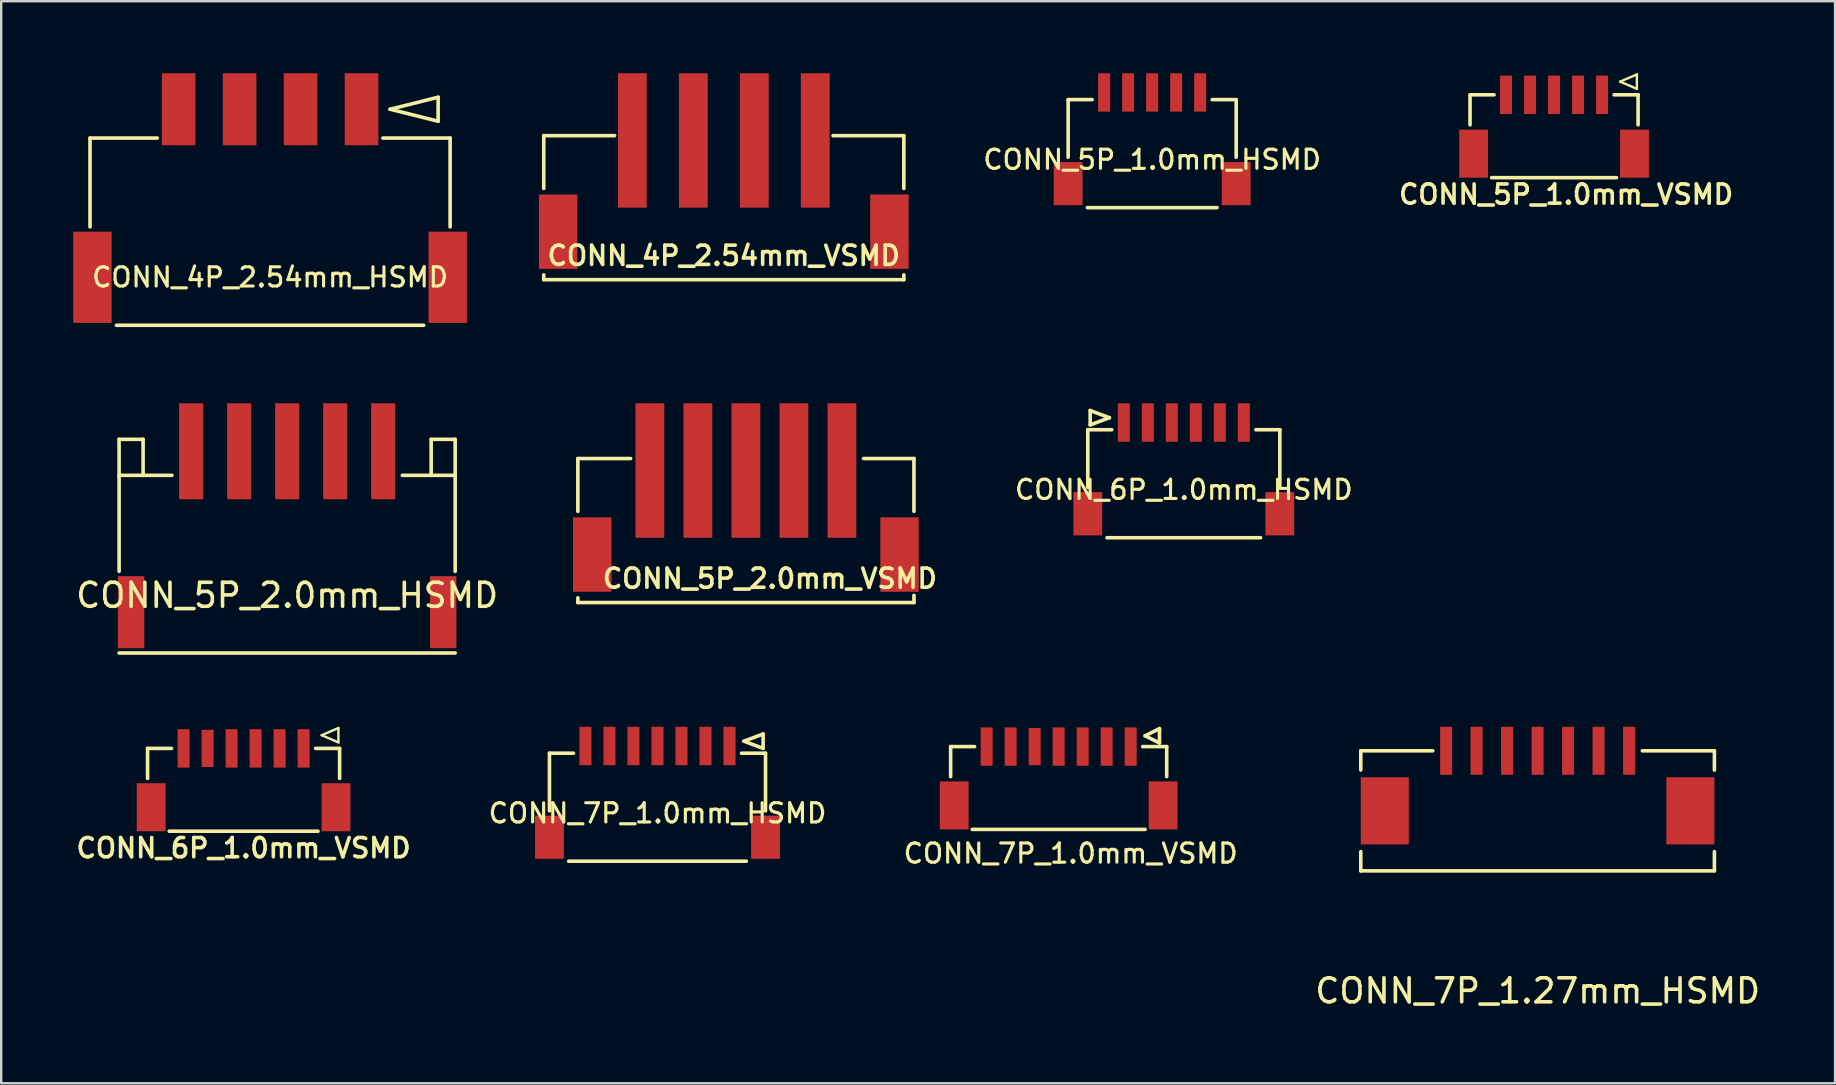
<source format=kicad_pcb>
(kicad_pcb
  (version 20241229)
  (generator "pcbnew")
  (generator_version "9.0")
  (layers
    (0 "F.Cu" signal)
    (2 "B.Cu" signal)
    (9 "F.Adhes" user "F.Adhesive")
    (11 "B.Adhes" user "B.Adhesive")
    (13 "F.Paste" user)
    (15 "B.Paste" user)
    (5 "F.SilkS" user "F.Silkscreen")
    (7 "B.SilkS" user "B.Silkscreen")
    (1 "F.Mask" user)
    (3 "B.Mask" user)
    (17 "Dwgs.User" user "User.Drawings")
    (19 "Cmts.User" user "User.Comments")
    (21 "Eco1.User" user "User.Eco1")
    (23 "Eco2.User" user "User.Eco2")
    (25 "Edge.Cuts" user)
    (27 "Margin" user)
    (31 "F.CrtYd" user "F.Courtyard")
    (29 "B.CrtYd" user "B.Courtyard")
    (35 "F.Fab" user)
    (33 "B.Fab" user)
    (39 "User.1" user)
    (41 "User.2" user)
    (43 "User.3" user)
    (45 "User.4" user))
  (footprint "CONN_5P_2.0mm_VSMD"
    (layer "F.Cu")
    (at 28.021 22.05)
    (property "Reference" "CONN_5P_2.0mm_VSMD" (at 1 -1 0) (layer "F.SilkS") (effects (font (size 0.8 0.8) (thickness 0.15))))
    (attr through_hole)
    (fp_line (start -7 -6) (end -4.8 -6) (stroke (width 0.15) (type solid)) (layer "F.SilkS"))
    (fp_line (start -7 -3.8) (end -7 -6) (stroke (width 0.15) (type solid)) (layer "F.SilkS"))
    (fp_line (start -7 0) (end -7 -0.2) (stroke (width 0.15) (type solid)) (layer "F.SilkS"))
    (fp_line (start 7 -6) (end 4.9 -6) (stroke (width 0.15) (type solid)) (layer "F.SilkS"))
    (fp_line (start 7 -6) (end 7 -3.8) (stroke (width 0.15) (type solid)) (layer "F.SilkS"))
    (fp_line (start 7 0) (end -7 0) (stroke (width 0.15) (type solid)) (layer "F.SilkS"))
    (fp_line (start 7 0) (end 7 -0.3) (stroke (width 0.15) (type solid)) (layer "F.SilkS"))
    (pad "1" smd rect (at 4 -5.5) (size 1.2 5.6) (layers "F.Cu" "F.Mask" "F.Paste"))
    (pad "2" smd rect (at 2 -5.5) (size 1.2 5.6) (layers "F.Cu" "F.Mask" "F.Paste"))
    (pad "3" smd rect (at 0 -5.5) (size 1.2 5.6) (layers "F.Cu" "F.Mask" "F.Paste"))
    (pad "4" smd rect (at -2 -5.5) (size 1.2 5.6) (layers "F.Cu" "F.Mask" "F.Paste"))
    (pad "5" smd rect (at -4 -5.5) (size 1.2 5.6) (layers "F.Cu" "F.Mask" "F.Paste"))
    (pad "6" smd rect (at -6.4 -2) (size 1.6 3.1) (layers "F.Cu" "F.Mask" "F.Paste"))
    (pad "6" smd rect (at 6.4 -2) (size 1.6 3.1) (layers "F.Cu" "F.Mask" "F.Paste")))
  (footprint "CONN_4P_2.54mm_HSMD"
    (layer "F.Cu")
    (at 8.2 10.5)
    (property "Reference" "CONN_4P_2.54mm_HSMD" (at 0 -2 0) (layer "F.SilkS") (effects (font (size 0.8 0.8) (thickness 0.13))))
    (attr through_hole)
    (fp_line (start -7.5 -7.8) (end -4.7 -7.8) (stroke (width 0.15) (type solid)) (layer "F.SilkS"))
    (fp_line (start -7.5 -4.1) (end -7.5 -7.8) (stroke (width 0.15) (type solid)) (layer "F.SilkS"))
    (fp_line (start -6.4 0) (end 6.4 0) (stroke (width 0.15) (type solid)) (layer "F.SilkS"))
    (fp_line (start 4.7 -7.8) (end 7.5 -7.8) (stroke (width 0.15) (type solid)) (layer "F.SilkS"))
    (fp_line (start 5 -9) (end 7 -8.5) (stroke (width 0.15) (type solid)) (layer "F.SilkS"))
    (fp_line (start 7 -9.5) (end 5 -9) (stroke (width 0.15) (type solid)) (layer "F.SilkS"))
    (fp_line (start 7 -8.5) (end 7 -9.5) (stroke (width 0.15) (type solid)) (layer "F.SilkS"))
    (fp_line (start 7.5 -7.8) (end 7.5 -4.1) (stroke (width 0.15) (type solid)) (layer "F.SilkS"))
    (pad "1" smd rect (at 3.81 -9) (size 1.4 3) (layers "F.Cu" "F.Mask" "F.Paste"))
    (pad "2" smd rect (at 1.27 -9) (size 1.4 3) (layers "F.Cu" "F.Mask" "F.Paste"))
    (pad "3" smd rect (at -1.27 -9) (size 1.4 3) (layers "F.Cu" "F.Mask" "F.Paste"))
    (pad "4" smd rect (at -3.81 -9) (size 1.4 3) (layers "F.Cu" "F.Mask" "F.Paste"))
    (pad "5" smd rect (at -7.4 -2) (size 1.6 3.8) (layers "F.Cu" "F.Mask" "F.Paste"))
    (pad "5" smd rect (at 7.4 -2) (size 1.6 3.8) (layers "F.Cu" "F.Mask" "F.Paste")))
  (footprint "CONN_7P_1.27mm_HSMD"
    (layer "F.Cu")
    (at 61.004 33.225)
    (property "Reference" "CONN_7P_1.27mm_HSMD" (at 0 5 0) (layer "F.SilkS") (effects (font (size 1 1) (thickness 0.15))))
    (attr through_hole)
    (fp_line (start -7.37 -5) (end -4.37 -5) (stroke (width 0.15) (type solid)) (layer "F.SilkS"))
    (fp_line (start -7.37 -4.2) (end -7.37 -5) (stroke (width 0.15) (type solid)) (layer "F.SilkS"))
    (fp_line (start -7.37 0) (end -7.37 -0.8) (stroke (width 0.15) (type solid)) (layer "F.SilkS"))
    (fp_line (start 7.36 -5) (end 4.36 -5) (stroke (width 0.15) (type solid)) (layer "F.SilkS"))
    (fp_line (start 7.36 -5) (end 7.36 -4.2) (stroke (width 0.15) (type solid)) (layer "F.SilkS"))
    (fp_line (start 7.36 0) (end -7.37 0) (stroke (width 0.15) (type solid)) (layer "F.SilkS"))
    (fp_line (start 7.36 0) (end 7.36 -0.8) (stroke (width 0.15) (type solid)) (layer "F.SilkS"))
    (pad "1" smd rect (at 3.805 -5) (size 0.5 2) (layers "F.Cu" "F.Mask" "F.Paste"))
    (pad "2" smd rect (at 2.535 -5) (size 0.5 2) (layers "F.Cu" "F.Mask" "F.Paste"))
    (pad "3" smd rect (at 1.265 -5) (size 0.5 2) (layers "F.Cu" "F.Mask" "F.Paste"))
    (pad "4" smd rect (at -0.005 -5) (size 0.5 2) (layers "F.Cu" "F.Mask" "F.Paste"))
    (pad "5" smd rect (at -1.275 -5) (size 0.5 2) (layers "F.Cu" "F.Mask" "F.Paste"))
    (pad "6" smd rect (at -2.545 -5) (size 0.5 2) (layers "F.Cu" "F.Mask" "F.Paste"))
    (pad "7" smd rect (at -3.815 -5) (size 0.5 2) (layers "F.Cu" "F.Mask" "F.Paste"))
    (pad "8" smd rect (at -6.37 -2.5) (size 2 2.8) (layers "F.Cu" "F.Mask" "F.Paste"))
    (pad "8" smd rect (at 6.36 -2.5) (size 2 2.8) (layers "F.Cu" "F.Mask" "F.Paste")))
  (footprint "CONN_7P_1.0mm_VSMD"
    (layer "F.Cu")
    (at 41.549 31.5)
    (property "Reference" "CONN_7P_1.0mm_VSMD" (at 0 1 0) (layer "F.SilkS") (effects (font (size 0.8 0.8) (thickness 0.13))))
    (attr through_hole)
    (fp_line (start -5 -3.45) (end -4 -3.45) (stroke (width 0.15) (type solid)) (layer "F.SilkS"))
    (fp_line (start -5 -2.2) (end -5 -3.45) (stroke (width 0.15) (type solid)) (layer "F.SilkS"))
    (fp_line (start -4.1 0) (end 3.1 0) (stroke (width 0.15) (type solid)) (layer "F.SilkS"))
    (fp_line (start 3.1 -3.9) (end 3.7 -4.2) (stroke (width 0.15) (type solid)) (layer "F.SilkS"))
    (fp_line (start 3.7 -4.2) (end 3.7 -3.6) (stroke (width 0.15) (type solid)) (layer "F.SilkS"))
    (fp_line (start 3.7 -3.6) (end 3.1 -3.9) (stroke (width 0.15) (type solid)) (layer "F.SilkS"))
    (fp_line (start 4 -3.45) (end 3 -3.45) (stroke (width 0.15) (type solid)) (layer "F.SilkS"))
    (fp_line (start 4 -2.2) (end 4 -3.45) (stroke (width 0.15) (type solid)) (layer "F.SilkS"))
    (pad "1" smd rect (at 2.5 -3.45) (size 0.5 1.6) (layers "F.Cu" "F.Mask" "F.Paste"))
    (pad "2" smd rect (at 1.5 -3.45) (size 0.5 1.6) (layers "F.Cu" "F.Mask" "F.Paste"))
    (pad "3" smd rect (at 0.5 -3.45) (size 0.5 1.6) (layers "F.Cu" "F.Mask" "F.Paste"))
    (pad "4" smd rect (at -0.5 -3.45) (size 0.5 1.6) (layers "F.Cu" "F.Mask" "F.Paste"))
    (pad "5" smd rect (at -1.5 -3.45) (size 0.5 1.55) (layers "F.Cu" "F.Mask" "F.Paste"))
    (pad "6" smd rect (at -2.5 -3.45) (size 0.5 1.6) (layers "F.Cu" "F.Mask" "F.Paste"))
    (pad "7" smd rect (at -3.5 -3.45) (size 0.5 1.6) (layers "F.Cu" "F.Mask" "F.Paste"))
    (pad "SH" smd rect (at -4.85 -1) (size 1.2 2) (layers "F.Cu" "F.Mask" "F.Paste"))
    (pad "SH" smd rect (at 3.85 -1) (size 1.2 2) (layers "F.Cu" "F.Mask" "F.Paste")))
  (footprint "CONN_5P_1.0mm_HSMD"
    (layer "F.Cu")
    (at 44.944 5.6)
    (property "Reference" "CONN_5P_1.0mm_HSMD" (at 0 -2 0) (layer "F.SilkS") (effects (font (size 0.8 0.8) (thickness 0.13))))
    (attr through_hole)
    (fp_line (start -3.5 -4.5) (end -3.5 -2.1) (stroke (width 0.15) (type solid)) (layer "F.SilkS"))
    (fp_line (start -2.7 0) (end 2.7 0) (stroke (width 0.15) (type solid)) (layer "F.SilkS"))
    (fp_line (start -2.5 -4.5) (end -3.5 -4.5) (stroke (width 0.15) (type solid)) (layer "F.SilkS"))
    (fp_line (start 2.5 -4.5) (end 3.5 -4.5) (stroke (width 0.15) (type solid)) (layer "F.SilkS"))
    (fp_line (start 3.5 -4.5) (end 3.5 -2.1) (stroke (width 0.15) (type solid)) (layer "F.SilkS"))
    (pad "1" smd rect (at -2 -4.8) (size 0.5 1.6) (layers "F.Cu" "F.Mask" "F.Paste"))
    (pad "2" smd rect (at -1 -4.8) (size 0.5 1.6) (layers "F.Cu" "F.Mask" "F.Paste"))
    (pad "3" smd rect (at 0 -4.8) (size 0.5 1.6) (layers "F.Cu" "F.Mask" "F.Paste"))
    (pad "4" smd rect (at 1 -4.8) (size 0.5 1.6) (layers "F.Cu" "F.Mask" "F.Paste"))
    (pad "5" smd rect (at 2 -4.8) (size 0.5 1.6) (layers "F.Cu" "F.Mask" "F.Paste"))
    (pad "6" smd rect (at -3.5 -1) (size 1.2 1.8) (layers "F.Cu" "F.Mask" "F.Paste"))
    (pad "6" smd rect (at 3.5 -1) (size 1.2 1.8) (layers "F.Cu" "F.Mask" "F.Paste")))
  (footprint "CONN_7P_1.0mm_HSMD"
    (layer "F.Cu")
    (at 24.338 32.825)
    (property "Reference" "CONN_7P_1.0mm_HSMD" (at 0 -2 0) (layer "F.SilkS") (effects (font (size 0.8 0.8) (thickness 0.13))))
    (attr through_hole)
    (fp_line (start -4.5 -4.5) (end -4.5 -2.1) (stroke (width 0.15) (type solid)) (layer "F.SilkS"))
    (fp_line (start -3.7 0) (end 3.7 0) (stroke (width 0.15) (type solid)) (layer "F.SilkS"))
    (fp_line (start -3.5 -4.5) (end -4.5 -4.5) (stroke (width 0.15) (type solid)) (layer "F.SilkS"))
    (fp_line (start 3.5 -4.5) (end 4.5 -4.5) (stroke (width 0.15) (type solid)) (layer "F.SilkS"))
    (fp_line (start 3.6 -5) (end 4.4 -4.7) (stroke (width 0.15) (type solid)) (layer "F.SilkS"))
    (fp_line (start 4.4 -5.3) (end 3.6 -5) (stroke (width 0.15) (type solid)) (layer "F.SilkS"))
    (fp_line (start 4.4 -4.7) (end 4.4 -5.3) (stroke (width 0.15) (type solid)) (layer "F.SilkS"))
    (fp_line (start 4.5 -4.5) (end 4.5 -2.1) (stroke (width 0.15) (type solid)) (layer "F.SilkS"))
    (pad "1" smd rect (at 3 -4.8) (size 0.5 1.6) (layers "F.Cu" "F.Mask" "F.Paste"))
    (pad "2" smd rect (at 2 -4.8) (size 0.5 1.6) (layers "F.Cu" "F.Mask" "F.Paste"))
    (pad "3" smd rect (at 1 -4.8) (size 0.5 1.6) (layers "F.Cu" "F.Mask" "F.Paste"))
    (pad "4" smd rect (at 0 -4.8) (size 0.5 1.6) (layers "F.Cu" "F.Mask" "F.Paste"))
    (pad "5" smd rect (at -1 -4.8) (size 0.5 1.6) (layers "F.Cu" "F.Mask" "F.Paste"))
    (pad "6" smd rect (at -2 -4.8) (size 0.5 1.6) (layers "F.Cu" "F.Mask" "F.Paste"))
    (pad "7" smd rect (at -3 -4.8) (size 0.5 1.6) (layers "F.Cu" "F.Mask" "F.Paste"))
    (pad "8" smd rect (at -4.5 -1) (size 1.2 1.8) (layers "F.Cu" "F.Mask" "F.Paste"))
    (pad "8" smd rect (at 4.5 -1) (size 1.2 1.8) (layers "F.Cu" "F.Mask" "F.Paste")))
  (footprint "CONN_6P_1.0mm_HSMD"
    (layer "F.Cu")
    (at 46.262 19.35)
    (property "Reference" "CONN_6P_1.0mm_HSMD" (at 0 -2 0) (layer "F.SilkS") (effects (font (size 0.8 0.8) (thickness 0.13))))
    (attr through_hole)
    (fp_line (start -4 -4.5) (end -4 -2.1) (stroke (width 0.15) (type solid)) (layer "F.SilkS"))
    (fp_line (start -3.9 -5.3) (end -3.9 -4.7) (stroke (width 0.15) (type solid)) (layer "F.SilkS"))
    (fp_line (start -3.9 -4.7) (end -3.1 -5) (stroke (width 0.15) (type solid)) (layer "F.SilkS"))
    (fp_line (start -3.2 0) (end 3.2 0) (stroke (width 0.15) (type solid)) (layer "F.SilkS"))
    (fp_line (start -3.1 -5) (end -3.9 -5.3) (stroke (width 0.15) (type solid)) (layer "F.SilkS"))
    (fp_line (start -3 -4.5) (end -4 -4.5) (stroke (width 0.15) (type solid)) (layer "F.SilkS"))
    (fp_line (start 3 -4.5) (end 4 -4.5) (stroke (width 0.15) (type solid)) (layer "F.SilkS"))
    (fp_line (start 4 -4.5) (end 4 -2.1) (stroke (width 0.15) (type solid)) (layer "F.SilkS"))
    (pad "1" smd rect (at -2.5 -4.8) (size 0.5 1.6) (layers "F.Cu" "F.Mask" "F.Paste"))
    (pad "2" smd rect (at -1.5 -4.8) (size 0.5 1.6) (layers "F.Cu" "F.Mask" "F.Paste"))
    (pad "3" smd rect (at -0.5 -4.8) (size 0.5 1.6) (layers "F.Cu" "F.Mask" "F.Paste"))
    (pad "4" smd rect (at 0.5 -4.8) (size 0.5 1.6) (layers "F.Cu" "F.Mask" "F.Paste"))
    (pad "5" smd rect (at 1.5 -4.8) (size 0.5 1.6) (layers "F.Cu" "F.Mask" "F.Paste"))
    (pad "6" smd rect (at 2.5 -4.8) (size 0.5 1.6) (layers "F.Cu" "F.Mask" "F.Paste"))
    (pad "7" smd rect (at -4 -1) (size 1.2 1.8) (layers "F.Cu" "F.Mask" "F.Paste"))
    (pad "7" smd rect (at 4 -1) (size 1.2 1.8) (layers "F.Cu" "F.Mask" "F.Paste")))
  (footprint "CONN_5P_1.0mm_VSMD"
    (layer "F.Cu")
    (at 61.185 4.35)
    (property "Reference" "CONN_5P_1.0mm_VSMD" (at 1 0.7 0) (layer "F.SilkS") (effects (font (size 0.8 0.8) (thickness 0.15))))
    (attr through_hole)
    (fp_line (start -3 -3.45) (end -2 -3.45) (stroke (width 0.15) (type solid)) (layer "F.SilkS"))
    (fp_line (start -3 -2.2) (end -3 -3.45) (stroke (width 0.15) (type solid)) (layer "F.SilkS"))
    (fp_line (start -2.1 0) (end 3.1 0) (stroke (width 0.15) (type solid)) (layer "F.SilkS"))
    (fp_line (start 3.25 -4) (end 3.95 -4.3) (stroke (width 0.1) (type solid)) (layer "F.SilkS"))
    (fp_line (start 3.95 -4.3) (end 3.95 -3.7) (stroke (width 0.1) (type solid)) (layer "F.SilkS"))
    (fp_line (start 3.95 -3.7) (end 3.25 -4) (stroke (width 0.1) (type solid)) (layer "F.SilkS"))
    (fp_line (start 4 -3.45) (end 3 -3.45) (stroke (width 0.15) (type solid)) (layer "F.SilkS"))
    (fp_line (start 4 -2.2) (end 4 -3.45) (stroke (width 0.15) (type solid)) (layer "F.SilkS"))
    (pad "1" smd rect (at 2.5 -3.45) (size 0.5 1.6) (layers "F.Cu" "F.Mask" "F.Paste"))
    (pad "2" smd rect (at 1.5 -3.45) (size 0.5 1.6) (layers "F.Cu" "F.Mask" "F.Paste"))
    (pad "3" smd rect (at 0.5 -3.45) (size 0.5 1.6) (layers "F.Cu" "F.Mask" "F.Paste"))
    (pad "4" smd rect (at -0.5 -3.45) (size 0.5 1.6) (layers "F.Cu" "F.Mask" "F.Paste"))
    (pad "5" smd rect (at -1.5 -3.45) (size 0.5 1.6) (layers "F.Cu" "F.Mask" "F.Paste"))
    (pad "6" smd rect (at -2.85 -1) (size 1.2 2) (layers "F.Cu" "F.Mask" "F.Paste"))
    (pad "6" smd rect (at 3.85 -1) (size 1.2 2) (layers "F.Cu" "F.Mask" "F.Paste")))
  (footprint "CONN_6P_1.0mm_VSMD"
    (layer "F.Cu")
    (at 7.097 31.575)
    (property "Reference" "CONN_6P_1.0mm_VSMD" (at 0 0.7 0) (layer "F.SilkS") (effects (font (size 0.8 0.8) (thickness 0.15))))
    (attr through_hole)
    (fp_line (start -4 -3.45) (end -3 -3.45) (stroke (width 0.15) (type solid)) (layer "F.SilkS"))
    (fp_line (start -4 -2.2) (end -4 -3.45) (stroke (width 0.15) (type solid)) (layer "F.SilkS"))
    (fp_line (start -3.1 0) (end 3.1 0) (stroke (width 0.15) (type solid)) (layer "F.SilkS"))
    (fp_line (start 3.25 -4) (end 3.95 -4.3) (stroke (width 0.1) (type solid)) (layer "F.SilkS"))
    (fp_line (start 3.95 -4.3) (end 3.95 -3.7) (stroke (width 0.1) (type solid)) (layer "F.SilkS"))
    (fp_line (start 3.95 -3.7) (end 3.25 -4) (stroke (width 0.1) (type solid)) (layer "F.SilkS"))
    (fp_line (start 4 -3.45) (end 3 -3.45) (stroke (width 0.15) (type solid)) (layer "F.SilkS"))
    (fp_line (start 4 -2.2) (end 4 -3.45) (stroke (width 0.15) (type solid)) (layer "F.SilkS"))
    (pad "1" smd rect (at 2.5 -3.45) (size 0.5 1.6) (layers "F.Cu" "F.Mask" "F.Paste"))
    (pad "2" smd rect (at 1.5 -3.45) (size 0.5 1.6) (layers "F.Cu" "F.Mask" "F.Paste"))
    (pad "3" smd rect (at 0.5 -3.45) (size 0.5 1.6) (layers "F.Cu" "F.Mask" "F.Paste"))
    (pad "4" smd rect (at -0.5 -3.45) (size 0.5 1.6) (layers "F.Cu" "F.Mask" "F.Paste"))
    (pad "5" smd rect (at -1.5 -3.45) (size 0.5 1.55) (layers "F.Cu" "F.Mask" "F.Paste"))
    (pad "6" smd rect (at -2.5 -3.45) (size 0.5 1.6) (layers "F.Cu" "F.Mask" "F.Paste"))
    (pad "SH" smd rect (at -3.85 -1) (size 1.2 2) (layers "F.Cu" "F.Mask" "F.Paste"))
    (pad "SH" smd rect (at 3.85 -1) (size 1.2 2) (layers "F.Cu" "F.Mask" "F.Paste")))
  (footprint "CONN_4P_2.54mm_VSMD"
    (layer "F.Cu")
    (at 27.1 8.6)
    (property "Reference" "CONN_4P_2.54mm_VSMD" (at 0 -1 0) (layer "F.SilkS") (effects (font (size 0.8 0.8) (thickness 0.15))))
    (attr through_hole)
    (fp_line (start -7.5 -6) (end -4.55 -6) (stroke (width 0.15) (type solid)) (layer "F.SilkS"))
    (fp_line (start -7.5 -3.8) (end -7.5 -6) (stroke (width 0.15) (type solid)) (layer "F.SilkS"))
    (fp_line (start -7.5 -0.2) (end -7.5 0) (stroke (width 0.15) (type solid)) (layer "F.SilkS"))
    (fp_line (start 4.55 -6) (end 7.5 -6) (stroke (width 0.15) (type solid)) (layer "F.SilkS"))
    (fp_line (start 7.5 -6) (end 7.5 -3.8) (stroke (width 0.15) (type solid)) (layer "F.SilkS"))
    (fp_line (start 7.5 0) (end -7.5 0) (stroke (width 0.15) (type solid)) (layer "F.SilkS"))
    (fp_line (start 7.5 0) (end 7.5 -0.2) (stroke (width 0.15) (type solid)) (layer "F.SilkS"))
    (pad "1" smd rect (at 3.81 -5.8) (size 1.2 5.6) (layers "F.Cu" "F.Mask" "F.Paste"))
    (pad "2" smd rect (at 1.27 -5.8) (size 1.2 5.6) (layers "F.Cu" "F.Mask" "F.Paste"))
    (pad "3" smd rect (at -1.27 -5.8) (size 1.2 5.6) (layers "F.Cu" "F.Mask" "F.Paste"))
    (pad "4" smd rect (at -3.81 -5.8) (size 1.2 5.6) (layers "F.Cu" "F.Mask" "F.Paste"))
    (pad "5" smd rect (at -6.9 -2) (size 1.6 3.1) (layers "F.Cu" "F.Mask" "F.Paste"))
    (pad "5" smd rect (at 6.9 -2) (size 1.6 3.1) (layers "F.Cu" "F.Mask" "F.Paste")))
  (footprint "CONN_5P_2.0mm_HSMD"
    (layer "F.Cu")
    (at 8.911 19.75)
    (property "Reference" "CONN_5P_2.0mm_HSMD" (at 0 2 0) (layer "F.SilkS") (effects (font (size 1 1) (thickness 0.15))))
    (attr through_hole)
    (fp_line (start -7 -4.5) (end -6 -4.5) (stroke (width 0.15) (type solid)) (layer "F.SilkS"))
    (fp_line (start -7 1) (end -7 -4.5) (stroke (width 0.15) (type solid)) (layer "F.SilkS"))
    (fp_line (start -7 4.4) (end 7 4.4) (stroke (width 0.15) (type solid)) (layer "F.SilkS"))
    (fp_line (start -6 -4.5) (end -6 -3) (stroke (width 0.15) (type solid)) (layer "F.SilkS"))
    (fp_line (start -4.8 -3) (end -7 -3) (stroke (width 0.15) (type solid)) (layer "F.SilkS"))
    (fp_line (start 6 -4.5) (end 7 -4.5) (stroke (width 0.15) (type solid)) (layer "F.SilkS"))
    (fp_line (start 6 -3) (end 6 -4.5) (stroke (width 0.15) (type solid)) (layer "F.SilkS"))
    (fp_line (start 7 -3) (end 4.8 -3) (stroke (width 0.15) (type solid)) (layer "F.SilkS"))
    (fp_line (start 7 1) (end 7 -4.5) (stroke (width 0.15) (type solid)) (layer "F.SilkS"))
    (pad "1" smd rect (at 4 -4) (size 1 4) (layers "F.Cu" "F.Mask" "F.Paste"))
    (pad "2" smd rect (at 2 -4) (size 1 4) (layers "F.Cu" "F.Mask" "F.Paste"))
    (pad "3" smd rect (at 0 -4) (size 1 4) (layers "F.Cu" "F.Mask" "F.Paste"))
    (pad "4" smd rect (at -2 -4) (size 1 4) (layers "F.Cu" "F.Mask" "F.Paste"))
    (pad "5" smd rect (at -4 -4) (size 1 4) (layers "F.Cu" "F.Mask" "F.Paste"))
    (pad "6" smd rect (at -6.5 2.7) (size 1.1 3) (layers "F.Cu" "F.Mask" "F.Paste"))
    (pad "6" smd rect (at 6.5 2.7) (size 1.1 3) (layers "F.Cu" "F.Mask" "F.Paste")))
  (gr_rect
    (start -3 -3)
    (end 73.39 42.073)
    (stroke (width 0.1) (type default))
    (fill no)
    (layer "Edge.Cuts")))
</source>
